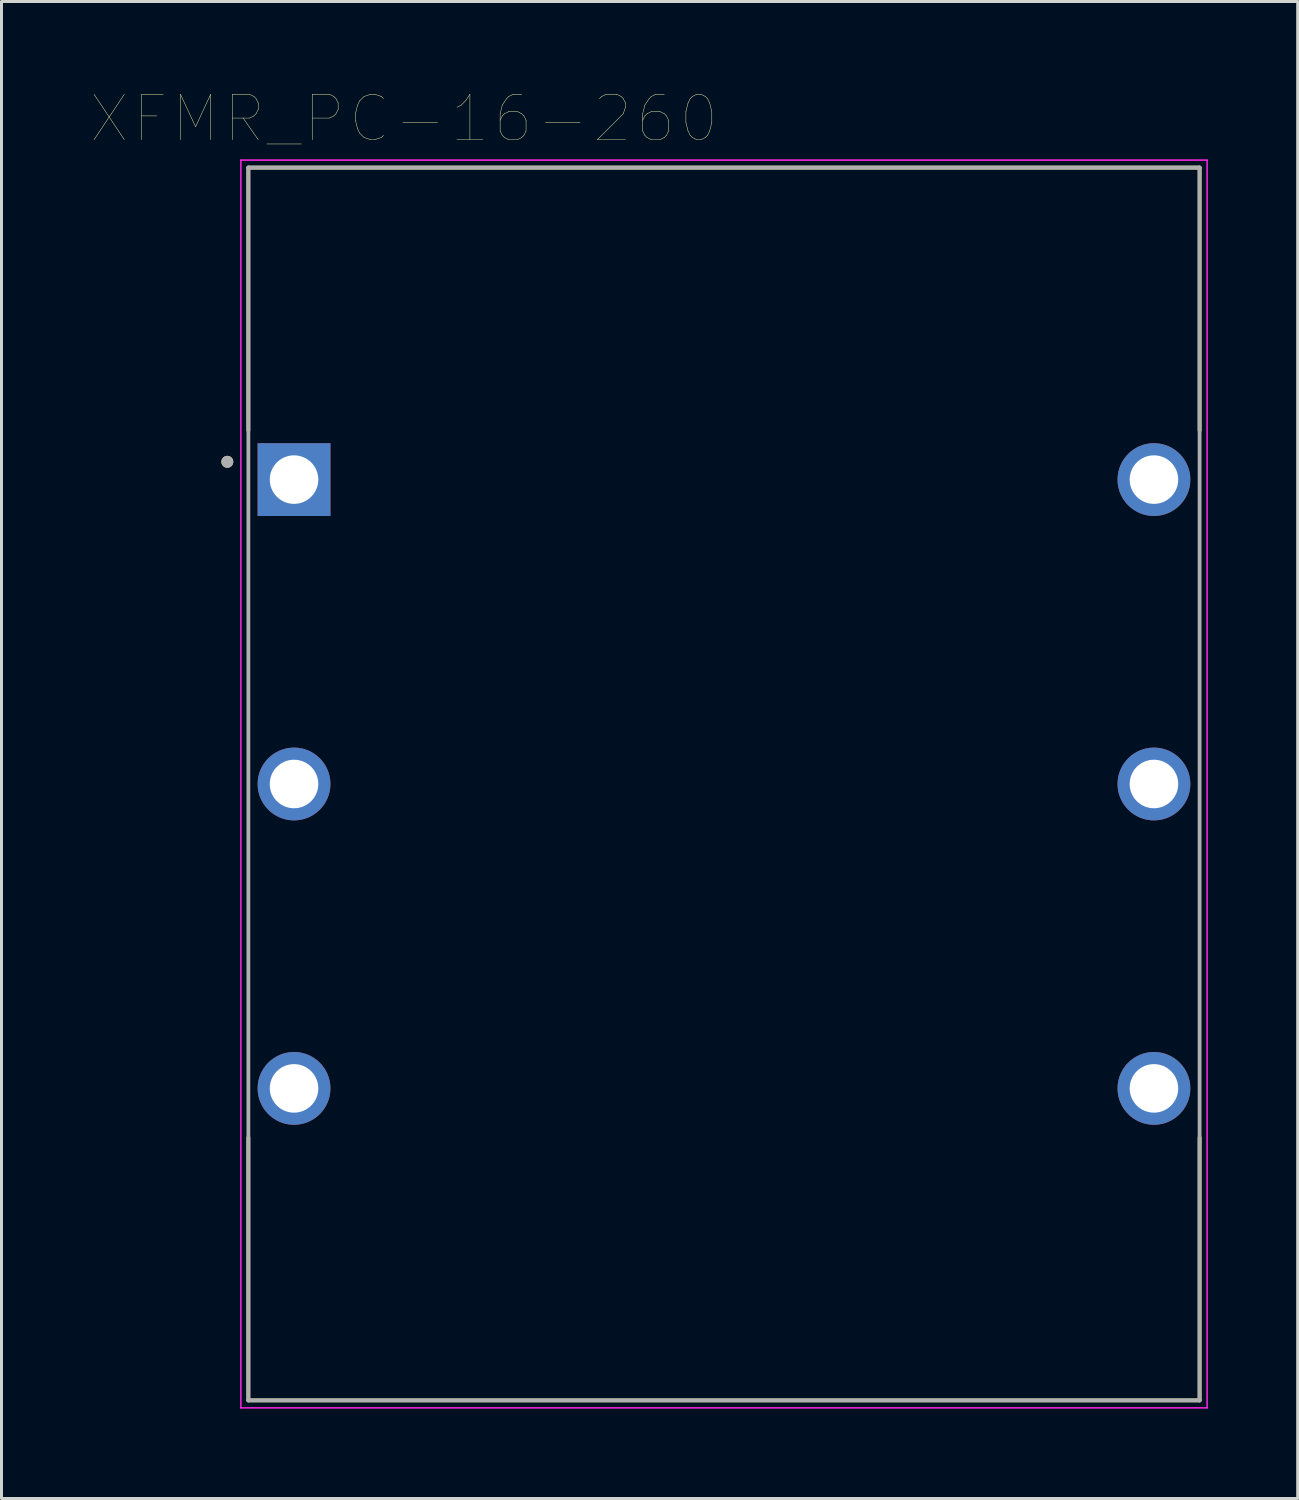
<source format=kicad_pcb>
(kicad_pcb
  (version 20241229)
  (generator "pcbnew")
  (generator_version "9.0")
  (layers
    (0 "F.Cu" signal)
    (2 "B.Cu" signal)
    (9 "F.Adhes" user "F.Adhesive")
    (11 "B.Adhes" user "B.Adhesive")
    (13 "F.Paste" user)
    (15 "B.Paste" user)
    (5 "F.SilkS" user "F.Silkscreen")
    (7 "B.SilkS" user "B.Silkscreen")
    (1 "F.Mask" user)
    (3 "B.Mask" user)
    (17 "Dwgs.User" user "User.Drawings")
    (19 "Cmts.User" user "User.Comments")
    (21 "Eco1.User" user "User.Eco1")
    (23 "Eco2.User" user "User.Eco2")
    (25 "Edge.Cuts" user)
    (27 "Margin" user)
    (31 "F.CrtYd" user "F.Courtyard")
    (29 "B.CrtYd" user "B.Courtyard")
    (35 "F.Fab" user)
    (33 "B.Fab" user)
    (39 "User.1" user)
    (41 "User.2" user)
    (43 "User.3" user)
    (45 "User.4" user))
  (footprint "XFMR_PC-16-260"
    (layer "F.Cu")
    (at 21.115 23.118)
    (property "Reference" "XFMR_PC-16-260" (at -10.68 -22.206 0) (layer "F.SilkS") (effects (font (size 1.514 1.514) (thickness 0.015))))
    (attr through_hole)
    (fp_line (start -15.875 -20.574) (end 15.875 -20.574) (stroke (width 0.127) (type solid)) (layer "F.SilkS"))
    (fp_line (start -15.875 -11.8) (end -15.875 -20.574) (stroke (width 0.127) (type solid)) (layer "F.SilkS"))
    (fp_line (start -15.875 20.574) (end -15.875 11.8) (stroke (width 0.127) (type solid)) (layer "F.SilkS"))
    (fp_line (start -15.875 20.574) (end 15.875 20.574) (stroke (width 0.127) (type solid)) (layer "F.SilkS"))
    (fp_line (start 15.875 -20.574) (end 15.875 -11.8) (stroke (width 0.127) (type solid)) (layer "F.SilkS"))
    (fp_line (start 15.875 11.8) (end 15.875 20.574) (stroke (width 0.127) (type solid)) (layer "F.SilkS"))
    (fp_circle (center -16.577 -10.754) (end -16.477 -10.754) (stroke (width 0.2) (type solid)) (fill no) (layer "F.SilkS"))
    (fp_line (start -16.125 -20.824) (end -16.125 20.824) (stroke (width 0.05) (type solid)) (layer "F.CrtYd"))
    (fp_line (start -16.125 20.824) (end 16.125 20.824) (stroke (width 0.05) (type solid)) (layer "F.CrtYd"))
    (fp_line (start 16.125 -20.824) (end -16.125 -20.824) (stroke (width 0.05) (type solid)) (layer "F.CrtYd"))
    (fp_line (start 16.125 20.824) (end 16.125 -20.824) (stroke (width 0.05) (type solid)) (layer "F.CrtYd"))
    (fp_line (start -15.875 -20.574) (end -15.875 20.574) (stroke (width 0.127) (type solid)) (layer "F.Fab"))
    (fp_line (start -15.875 20.574) (end 15.875 20.574) (stroke (width 0.127) (type solid)) (layer "F.Fab"))
    (fp_line (start 15.875 -20.574) (end -15.875 -20.574) (stroke (width 0.127) (type solid)) (layer "F.Fab"))
    (fp_line (start 15.875 20.574) (end 15.875 -20.574) (stroke (width 0.127) (type solid)) (layer "F.Fab"))
    (fp_circle (center -16.577 -10.754) (end -16.477 -10.754) (stroke (width 0.2) (type solid)) (fill no) (layer "F.Fab"))
    (pad "1" thru_hole rect (at -14.351 -10.16) (size 2.43 2.43) (drill 1.62) (layers "*.Cu" "*.Mask"))
    (pad "2" thru_hole circle (at 14.351 -10.16) (size 2.43 2.43) (drill 1.62) (layers "*.Cu" "*.Mask"))
    (pad "3" thru_hole circle (at -14.351 0) (size 2.43 2.43) (drill 1.62) (layers "*.Cu" "*.Mask"))
    (pad "4" thru_hole circle (at -14.351 10.16) (size 2.43 2.43) (drill 1.62) (layers "*.Cu" "*.Mask"))
    (pad "5" thru_hole circle (at 14.351 0) (size 2.43 2.43) (drill 1.62) (layers "*.Cu" "*.Mask"))
    (pad "6" thru_hole circle (at 14.351 10.16) (size 2.43 2.43) (drill 1.62) (layers "*.Cu" "*.Mask")))
  (gr_rect
    (start -3 -3)
    (end 40.265 46.967)
    (stroke (width 0.1) (type default))
    (fill no)
    (layer "Edge.Cuts")))
</source>
